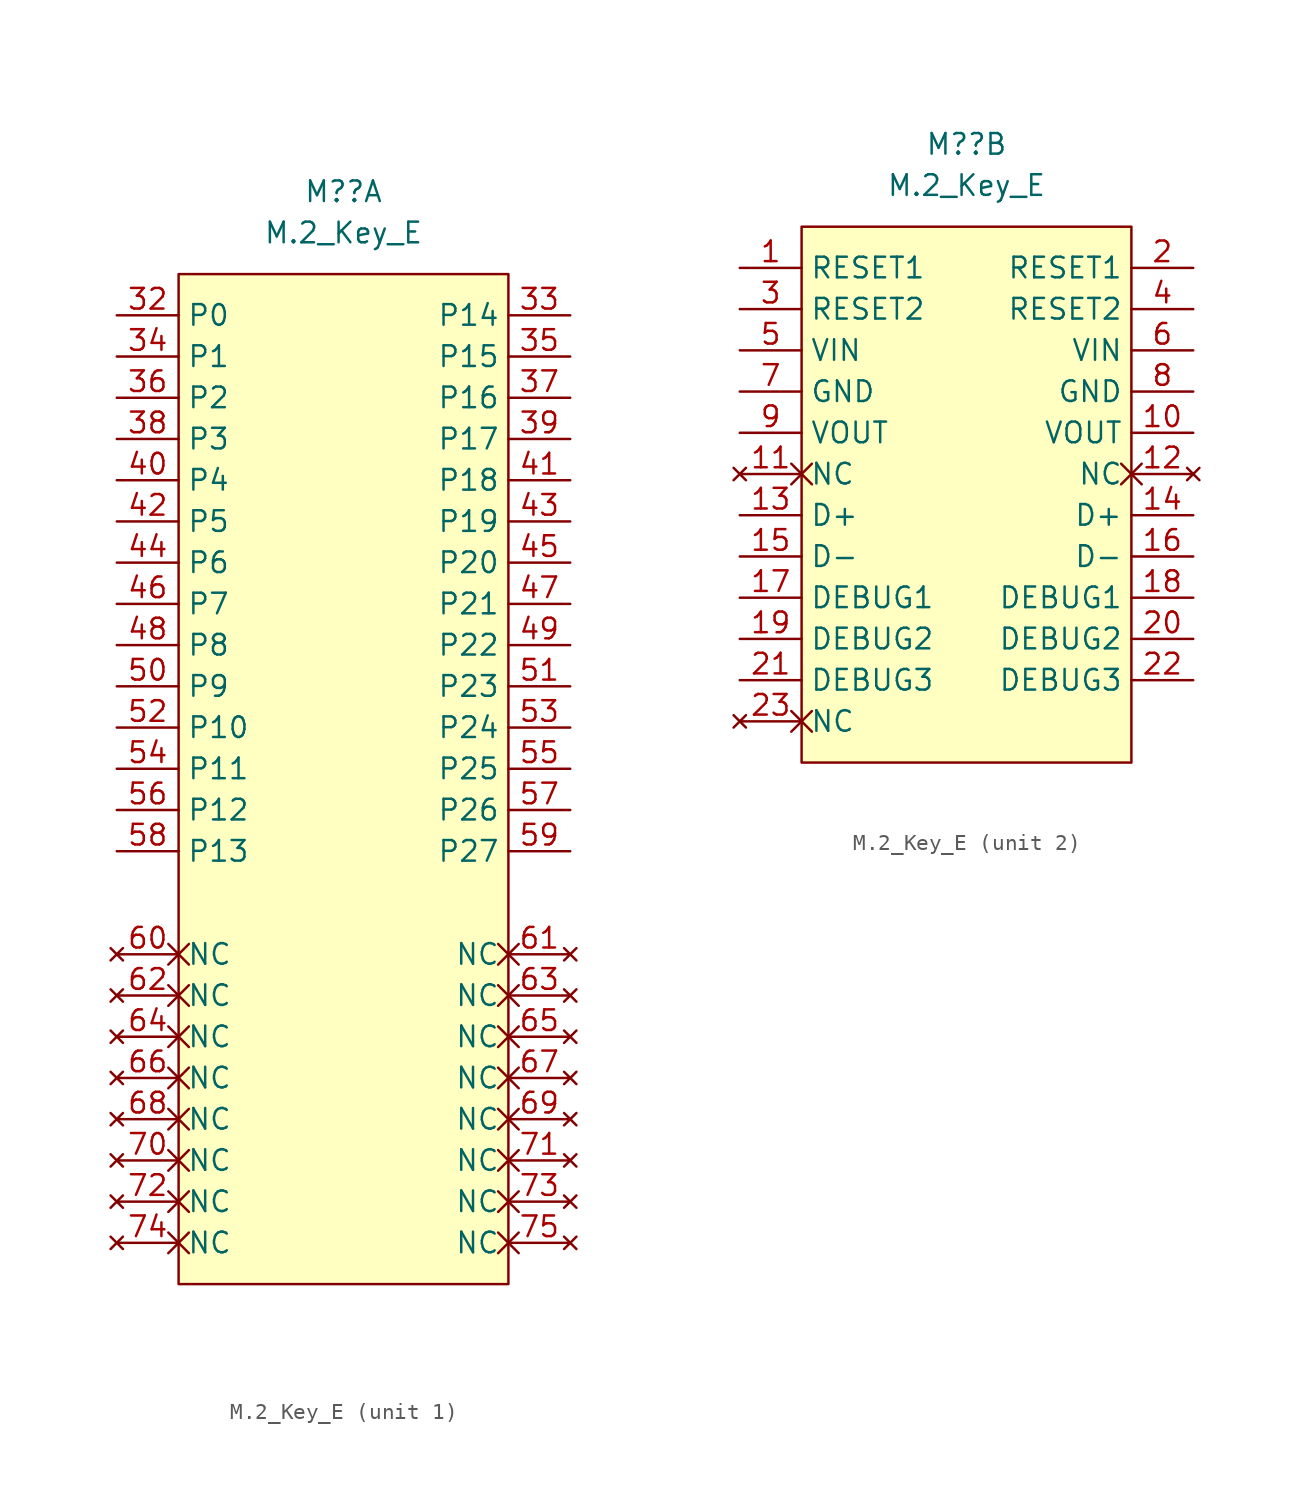
<source format=kicad_sym>
(kicad_symbol_lib
  (version 20211014)
  (generator kicad_symbol_editor)
  (symbol "M.2_Key_E"
    (property "Reference" "M?"
      (at 0 5.08 0)
      (effects (font (size 1.27 1.27))))
    (property "Value" "M.2_Key_E"
      (at 0 2.54 0)
      (effects (font (size 1.27 1.27))))
    (symbol "M.2_Key_E_1_1"
      (rectangle (start -10.16 0) (end 10.16 -62.23) (stroke (width 0.152) (type default) (color 0 0 0 0)) (fill (type background)))
      (pin bidirectional line (at -13.97 -2.54 0) (length 3.81) (name "P0" (effects (font (size 1.27 1.27)))) (number "32" (effects (font (size 1.27 1.27)))))
      (pin bidirectional line (at 13.97 -2.54 180) (length 3.81) (name "P14" (effects (font (size 1.27 1.27)))) (number "33" (effects (font (size 1.27 1.27)))))
      (pin bidirectional line (at -13.97 -5.08 0) (length 3.81) (name "P1" (effects (font (size 1.27 1.27)))) (number "34" (effects (font (size 1.27 1.27)))))
      (pin bidirectional line (at 13.97 -5.08 180) (length 3.81) (name "P15" (effects (font (size 1.27 1.27)))) (number "35" (effects (font (size 1.27 1.27)))))
      (pin bidirectional line (at -13.97 -7.62 0) (length 3.81) (name "P2" (effects (font (size 1.27 1.27)))) (number "36" (effects (font (size 1.27 1.27)))))
      (pin bidirectional line (at 13.97 -7.62 180) (length 3.81) (name "P16" (effects (font (size 1.27 1.27)))) (number "37" (effects (font (size 1.27 1.27)))))
      (pin bidirectional line (at -13.97 -10.16 0) (length 3.81) (name "P3" (effects (font (size 1.27 1.27)))) (number "38" (effects (font (size 1.27 1.27)))))
      (pin bidirectional line (at 13.97 -10.16 180) (length 3.81) (name "P17" (effects (font (size 1.27 1.27)))) (number "39" (effects (font (size 1.27 1.27)))))
      (pin bidirectional line (at -13.97 -12.7 0) (length 3.81) (name "P4" (effects (font (size 1.27 1.27)))) (number "40" (effects (font (size 1.27 1.27)))))
      (pin bidirectional line (at 13.97 -12.7 180) (length 3.81) (name "P18" (effects (font (size 1.27 1.27)))) (number "41" (effects (font (size 1.27 1.27)))))
      (pin bidirectional line (at -13.97 -15.24 0) (length 3.81) (name "P5" (effects (font (size 1.27 1.27)))) (number "42" (effects (font (size 1.27 1.27)))))
      (pin bidirectional line (at 13.97 -15.24 180) (length 3.81) (name "P19" (effects (font (size 1.27 1.27)))) (number "43" (effects (font (size 1.27 1.27)))))
      (pin bidirectional line (at -13.97 -17.78 0) (length 3.81) (name "P6" (effects (font (size 1.27 1.27)))) (number "44" (effects (font (size 1.27 1.27)))))
      (pin bidirectional line (at 13.97 -17.78 180) (length 3.81) (name "P20" (effects (font (size 1.27 1.27)))) (number "45" (effects (font (size 1.27 1.27)))))
      (pin bidirectional line (at -13.97 -20.32 0) (length 3.81) (name "P7" (effects (font (size 1.27 1.27)))) (number "46" (effects (font (size 1.27 1.27)))))
      (pin bidirectional line (at 13.97 -20.32 180) (length 3.81) (name "P21" (effects (font (size 1.27 1.27)))) (number "47" (effects (font (size 1.27 1.27)))))
      (pin bidirectional line (at -13.97 -22.86 0) (length 3.81) (name "P8" (effects (font (size 1.27 1.27)))) (number "48" (effects (font (size 1.27 1.27)))))
      (pin bidirectional line (at 13.97 -22.86 180) (length 3.81) (name "P22" (effects (font (size 1.27 1.27)))) (number "49" (effects (font (size 1.27 1.27)))))
      (pin bidirectional line (at -13.97 -25.4 0) (length 3.81) (name "P9" (effects (font (size 1.27 1.27)))) (number "50" (effects (font (size 1.27 1.27)))))
      (pin bidirectional line (at 13.97 -25.4 180) (length 3.81) (name "P23" (effects (font (size 1.27 1.27)))) (number "51" (effects (font (size 1.27 1.27)))))
      (pin bidirectional line (at -13.97 -27.94 0) (length 3.81) (name "P10" (effects (font (size 1.27 1.27)))) (number "52" (effects (font (size 1.27 1.27)))))
      (pin bidirectional line (at 13.97 -27.94 180) (length 3.81) (name "P24" (effects (font (size 1.27 1.27)))) (number "53" (effects (font (size 1.27 1.27)))))
      (pin bidirectional line (at -13.97 -30.48 0) (length 3.81) (name "P11" (effects (font (size 1.27 1.27)))) (number "54" (effects (font (size 1.27 1.27)))))
      (pin bidirectional line (at 13.97 -30.48 180) (length 3.81) (name "P25" (effects (font (size 1.27 1.27)))) (number "55" (effects (font (size 1.27 1.27)))))
      (pin bidirectional line (at -13.97 -33.02 0) (length 3.81) (name "P12" (effects (font (size 1.27 1.27)))) (number "56" (effects (font (size 1.27 1.27)))))
      (pin bidirectional line (at 13.97 -33.02 180) (length 3.81) (name "P26" (effects (font (size 1.27 1.27)))) (number "57" (effects (font (size 1.27 1.27)))))
      (pin bidirectional line (at -13.97 -35.56 0) (length 3.81) (name "P13" (effects (font (size 1.27 1.27)))) (number "58" (effects (font (size 1.27 1.27)))))
      (pin bidirectional line (at 13.97 -35.56 180) (length 3.81) (name "P27" (effects (font (size 1.27 1.27)))) (number "59" (effects (font (size 1.27 1.27)))))
      (pin no_connect non_logic (at -13.97 -41.91 0) (length 3.81) (name "NC" (effects (font (size 1.27 1.27)))) (number "60" (effects (font (size 1.27 1.27)))))
      (pin no_connect non_logic (at 13.97 -41.91 180) (length 3.81) (name "NC" (effects (font (size 1.27 1.27)))) (number "61" (effects (font (size 1.27 1.27)))))
      (pin no_connect non_logic (at -13.97 -44.45 0) (length 3.81) (name "NC" (effects (font (size 1.27 1.27)))) (number "62" (effects (font (size 1.27 1.27)))))
      (pin no_connect non_logic (at 13.97 -44.45 180) (length 3.81) (name "NC" (effects (font (size 1.27 1.27)))) (number "63" (effects (font (size 1.27 1.27)))))
      (pin no_connect non_logic (at -13.97 -46.99 0) (length 3.81) (name "NC" (effects (font (size 1.27 1.27)))) (number "64" (effects (font (size 1.27 1.27)))))
      (pin no_connect non_logic (at 13.97 -46.99 180) (length 3.81) (name "NC" (effects (font (size 1.27 1.27)))) (number "65" (effects (font (size 1.27 1.27)))))
      (pin no_connect non_logic (at -13.97 -49.53 0) (length 3.81) (name "NC" (effects (font (size 1.27 1.27)))) (number "66" (effects (font (size 1.27 1.27)))))
      (pin no_connect non_logic (at 13.97 -49.53 180) (length 3.81) (name "NC" (effects (font (size 1.27 1.27)))) (number "67" (effects (font (size 1.27 1.27)))))
      (pin no_connect non_logic (at -13.97 -52.07 0) (length 3.81) (name "NC" (effects (font (size 1.27 1.27)))) (number "68" (effects (font (size 1.27 1.27)))))
      (pin no_connect non_logic (at 13.97 -52.07 180) (length 3.81) (name "NC" (effects (font (size 1.27 1.27)))) (number "69" (effects (font (size 1.27 1.27)))))
      (pin no_connect non_logic (at -13.97 -54.61 0) (length 3.81) (name "NC" (effects (font (size 1.27 1.27)))) (number "70" (effects (font (size 1.27 1.27)))))
      (pin no_connect non_logic (at 13.97 -54.61 180) (length 3.81) (name "NC" (effects (font (size 1.27 1.27)))) (number "71" (effects (font (size 1.27 1.27)))))
      (pin no_connect non_logic (at -13.97 -57.15 0) (length 3.81) (name "NC" (effects (font (size 1.27 1.27)))) (number "72" (effects (font (size 1.27 1.27)))))
      (pin no_connect non_logic (at 13.97 -57.15 180) (length 3.81) (name "NC" (effects (font (size 1.27 1.27)))) (number "73" (effects (font (size 1.27 1.27)))))
      (pin no_connect non_logic (at -13.97 -59.69 0) (length 3.81) (name "NC" (effects (font (size 1.27 1.27)))) (number "74" (effects (font (size 1.27 1.27)))))
      (pin no_connect non_logic (at 13.97 -59.69 180) (length 3.81) (name "NC" (effects (font (size 1.27 1.27)))) (number "75" (effects (font (size 1.27 1.27))))))
    (symbol "M.2_Key_E_2_1"
      (rectangle (start -10.16 0) (end 10.16 -33.02) (stroke (width 0.152) (type default) (color 0 0 0 0)) (fill (type background)))
      (pin input line (at -13.97 -2.54 0) (length 3.81) (name "RESET1" (effects (font (size 1.27 1.27)))) (number "1" (effects (font (size 1.27 1.27)))))
      (pin power_out line (at 13.97 -12.7 180) (length 3.81) (name "VOUT" (effects (font (size 1.27 1.27)))) (number "10" (effects (font (size 1.27 1.27)))))
      (pin no_connect non_logic (at -13.97 -15.24 0) (length 3.81) (name "NC" (effects (font (size 1.27 1.27)))) (number "11" (effects (font (size 1.27 1.27)))))
      (pin no_connect non_logic (at 13.97 -15.24 180) (length 3.81) (name "NC" (effects (font (size 1.27 1.27)))) (number "12" (effects (font (size 1.27 1.27)))))
      (pin bidirectional line (at -13.97 -17.78 0) (length 3.81) (name "D+" (effects (font (size 1.27 1.27)))) (number "13" (effects (font (size 1.27 1.27)))))
      (pin bidirectional line (at 13.97 -17.78 180) (length 3.81) (name "D+" (effects (font (size 1.27 1.27)))) (number "14" (effects (font (size 1.27 1.27)))))
      (pin bidirectional line (at -13.97 -20.32 0) (length 3.81) (name "D-" (effects (font (size 1.27 1.27)))) (number "15" (effects (font (size 1.27 1.27)))))
      (pin bidirectional line (at 13.97 -20.32 180) (length 3.81) (name "D-" (effects (font (size 1.27 1.27)))) (number "16" (effects (font (size 1.27 1.27)))))
      (pin bidirectional line (at -13.97 -22.86 0) (length 3.81) (name "DEBUG1" (effects (font (size 1.27 1.27)))) (number "17" (effects (font (size 1.27 1.27)))))
      (pin bidirectional line (at 13.97 -22.86 180) (length 3.81) (name "DEBUG1" (effects (font (size 1.27 1.27)))) (number "18" (effects (font (size 1.27 1.27)))))
      (pin bidirectional line (at -13.97 -25.4 0) (length 3.81) (name "DEBUG2" (effects (font (size 1.27 1.27)))) (number "19" (effects (font (size 1.27 1.27)))))
      (pin input line (at 13.97 -2.54 180) (length 3.81) (name "RESET1" (effects (font (size 1.27 1.27)))) (number "2" (effects (font (size 1.27 1.27)))))
      (pin bidirectional line (at 13.97 -25.4 180) (length 3.81) (name "DEBUG2" (effects (font (size 1.27 1.27)))) (number "20" (effects (font (size 1.27 1.27)))))
      (pin bidirectional line (at -13.97 -27.94 0) (length 3.81) (name "DEBUG3" (effects (font (size 1.27 1.27)))) (number "21" (effects (font (size 1.27 1.27)))))
      (pin bidirectional line (at 13.97 -27.94 180) (length 3.81) (name "DEBUG3" (effects (font (size 1.27 1.27)))) (number "22" (effects (font (size 1.27 1.27)))))
      (pin no_connect non_logic (at -13.97 -30.48 0) (length 3.81) (name "NC" (effects (font (size 1.27 1.27)))) (number "23" (effects (font (size 1.27 1.27)))))
      (pin output line (at -13.97 -5.08 0) (length 3.81) (name "RESET2" (effects (font (size 1.27 1.27)))) (number "3" (effects (font (size 1.27 1.27)))))
      (pin output line (at 13.97 -5.08 180) (length 3.81) (name "RESET2" (effects (font (size 1.27 1.27)))) (number "4" (effects (font (size 1.27 1.27)))))
      (pin power_in line (at -13.97 -7.62 0) (length 3.81) (name "VIN" (effects (font (size 1.27 1.27)))) (number "5" (effects (font (size 1.27 1.27)))))
      (pin power_in line (at 13.97 -7.62 180) (length 3.81) (name "VIN" (effects (font (size 1.27 1.27)))) (number "6" (effects (font (size 1.27 1.27)))))
      (pin power_in line (at -13.97 -10.16 0) (length 3.81) (name "GND" (effects (font (size 1.27 1.27)))) (number "7" (effects (font (size 1.27 1.27)))))
      (pin power_in line (at 13.97 -10.16 180) (length 3.81) (name "GND" (effects (font (size 1.27 1.27)))) (number "8" (effects (font (size 1.27 1.27)))))
      (pin power_out line (at -13.97 -12.7 0) (length 3.81) (name "VOUT" (effects (font (size 1.27 1.27)))) (number "9" (effects (font (size 1.27 1.27))))))))
</source>
